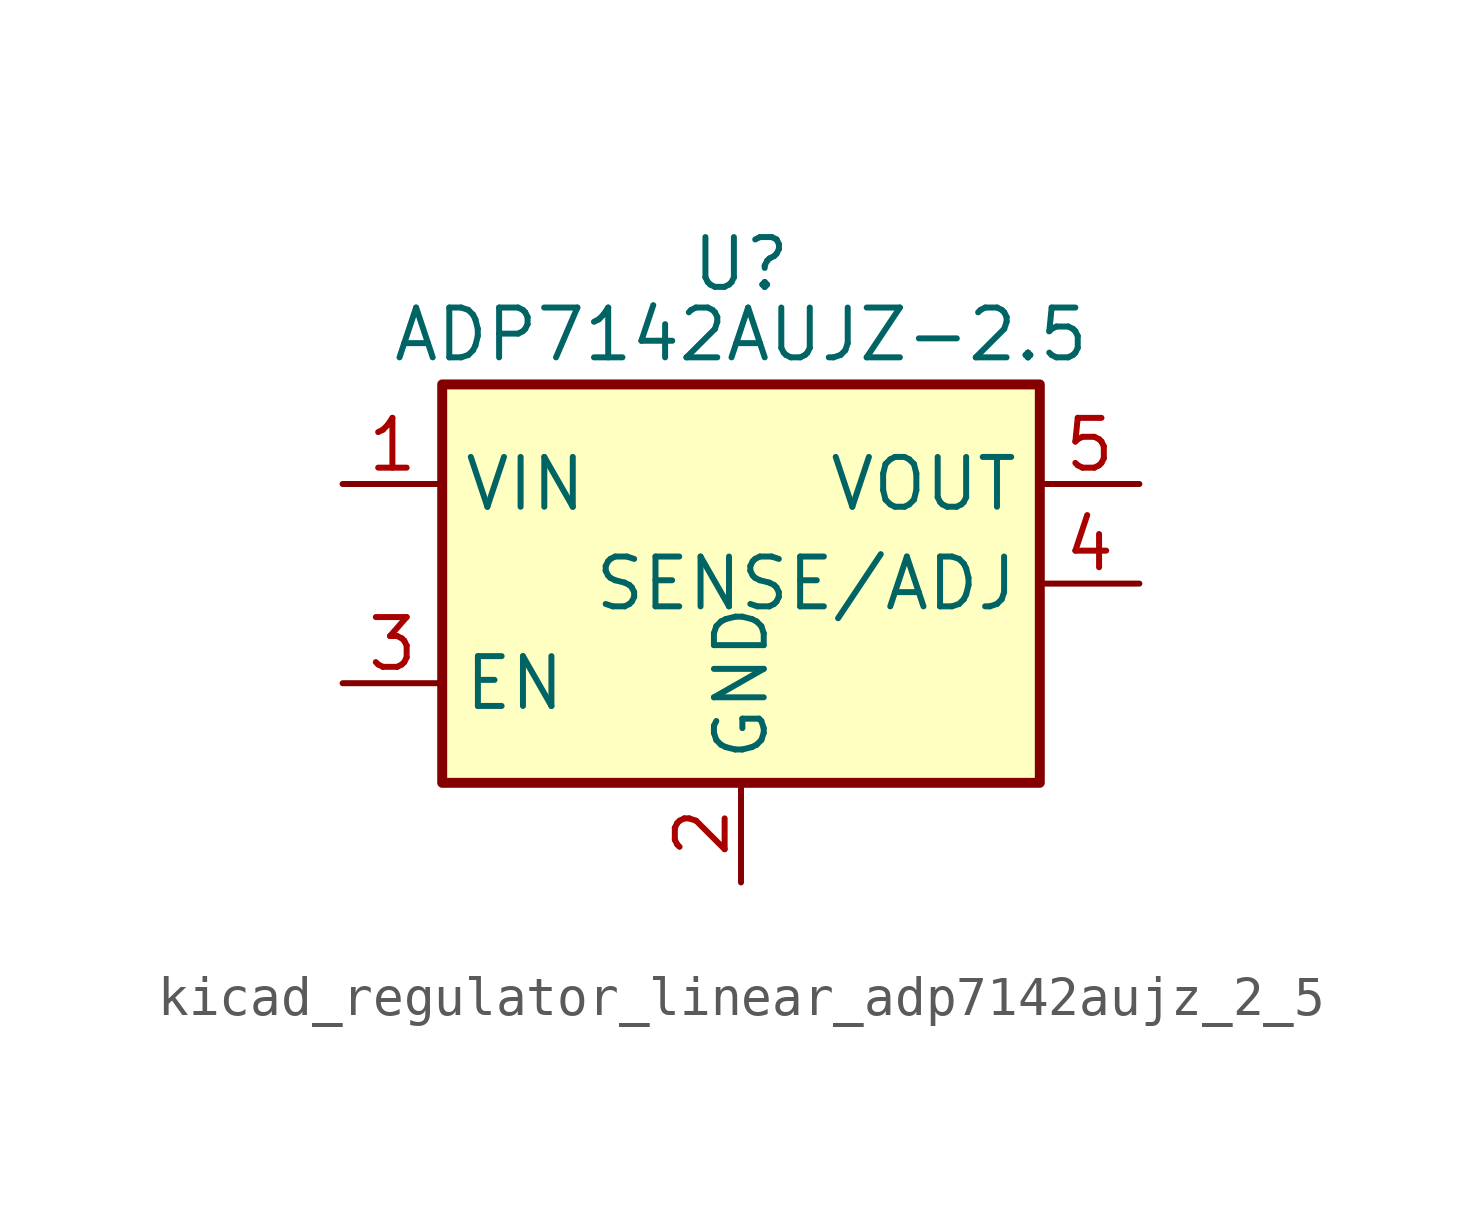
<source format=kicad_sym>
(kicad_symbol_lib
  (version 20220914)
  (generator kicad_symbol_editor)
  (symbol "kicad_regulator_linear_adp7142aujz_2_5"
    (property "Reference" "U"
      (at 0 8.89 0)
      (effects (font (size 1.27 1.27)) (justify top)))
    (property "Value" "ADP7142AUJZ-2.5"
      (at 0 6.35 0)
      (effects (font (size 1.27 1.27))))
    (symbol "kicad_regulator_linear_adp7142aujz_2_5_0_1"
      (rectangle (start -7.62 5.08) (end 7.62 -5.08) (stroke (width 0.254) (type default)) (fill (type background))))
    (symbol "kicad_regulator_linear_adp7142aujz_2_5_1_1"
      (pin power_in line (at -10.16 2.54 0) (length 2.54) (name "VIN" (effects (font (size 1.27 1.27)))) (number "1" (effects (font (size 1.27 1.27)))))
      (pin power_in line (at 0 -7.62 90) (length 2.54) (name "GND" (effects (font (size 1.27 1.27)))) (number "2" (effects (font (size 1.27 1.27)))))
      (pin input line (at -10.16 -2.54 0) (length 2.54) (name "EN" (effects (font (size 1.27 1.27)))) (number "3" (effects (font (size 1.27 1.27)))))
      (pin input line (at 10.16 0 180) (length 2.54) (name "SENSE/ADJ" (effects (font (size 1.27 1.27)))) (number "4" (effects (font (size 1.27 1.27)))))
      (pin power_out line (at 10.16 2.54 180) (length 2.54) (name "VOUT" (effects (font (size 1.27 1.27)))) (number "5" (effects (font (size 1.27 1.27))))))))
</source>
